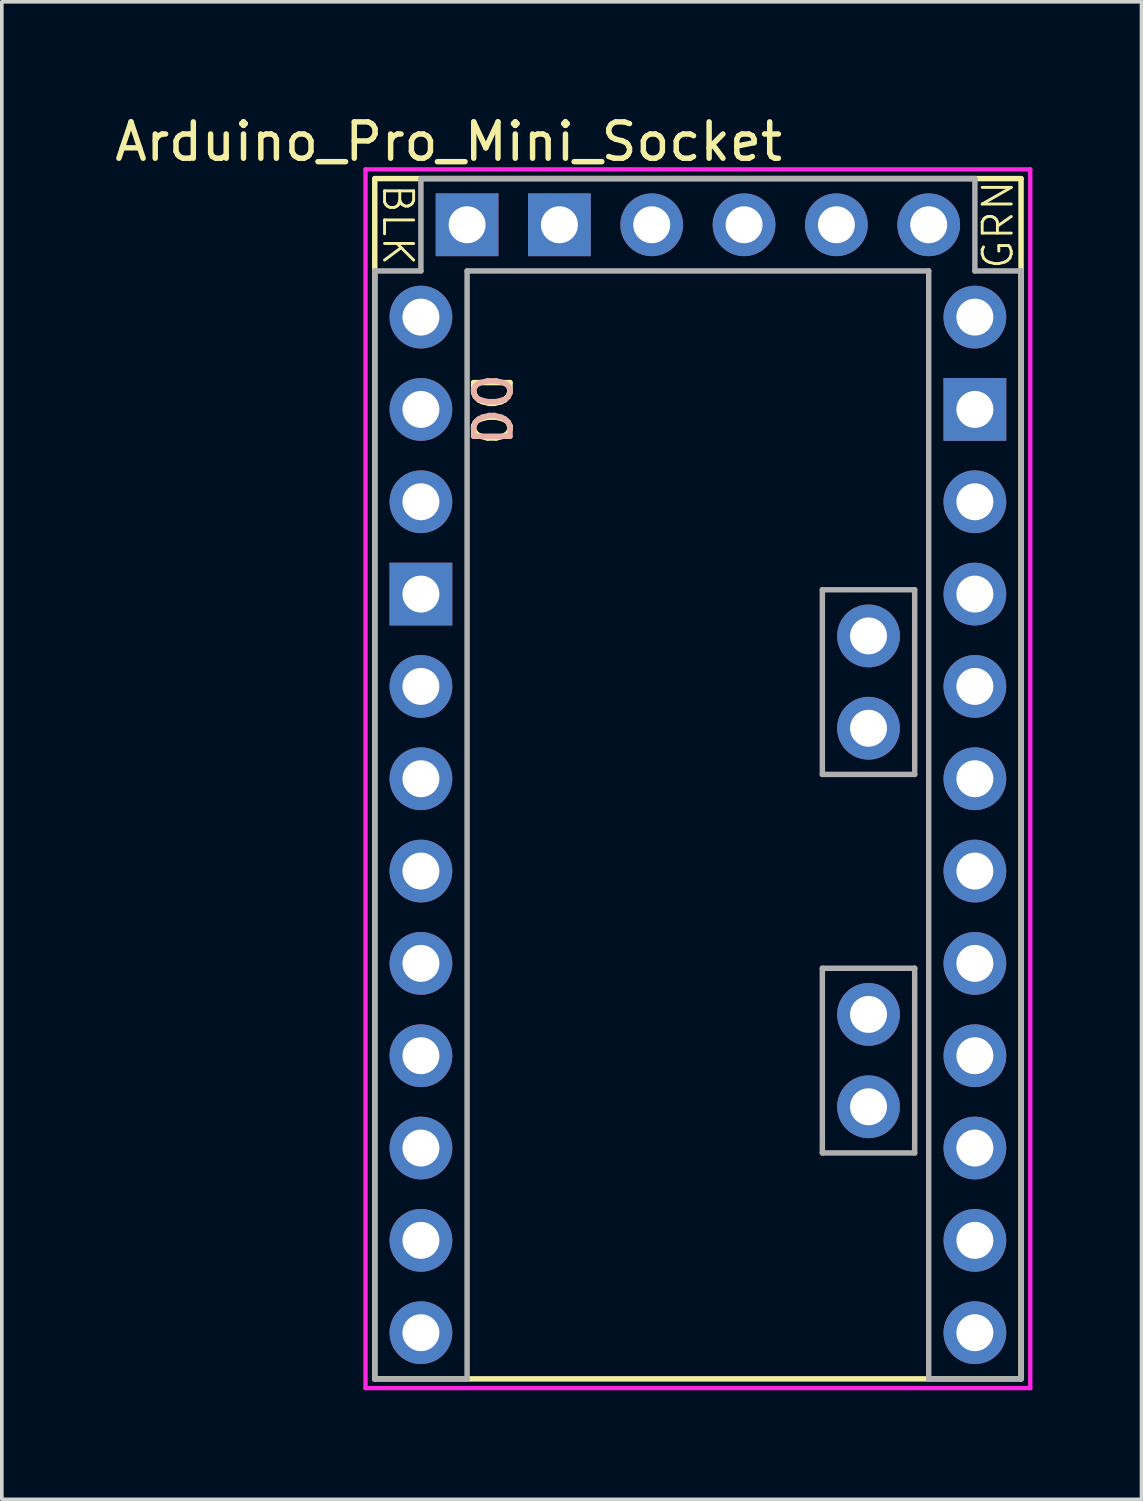
<source format=kicad_pcb>
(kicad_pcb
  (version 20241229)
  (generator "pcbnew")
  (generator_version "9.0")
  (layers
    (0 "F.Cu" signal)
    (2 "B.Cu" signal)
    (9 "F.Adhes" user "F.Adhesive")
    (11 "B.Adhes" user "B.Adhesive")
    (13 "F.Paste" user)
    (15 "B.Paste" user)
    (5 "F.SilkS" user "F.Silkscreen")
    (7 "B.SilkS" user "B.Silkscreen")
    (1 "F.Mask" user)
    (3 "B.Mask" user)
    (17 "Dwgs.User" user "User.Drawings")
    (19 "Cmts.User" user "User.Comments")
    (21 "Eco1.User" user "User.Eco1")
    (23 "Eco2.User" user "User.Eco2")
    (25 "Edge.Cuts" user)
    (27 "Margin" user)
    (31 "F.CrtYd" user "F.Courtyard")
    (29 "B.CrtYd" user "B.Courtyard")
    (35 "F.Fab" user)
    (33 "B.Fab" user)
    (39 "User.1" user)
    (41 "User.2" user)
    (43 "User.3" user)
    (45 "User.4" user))
  (footprint "Arduino_Pro_Mini_Socket"
    (layer "F.Cu")
    (at 16.15 18.374)
    (property "Reference" "Arduino_Pro_Mini_Socket" (at -6.858 -17.526 0) (layer "F.SilkS") (effects (font (size 1 1) (thickness 0.15))))
    (attr through_hole)
    (fp_line (start -8.89 -16.51) (end -8.89 16.51) (stroke (width 0.15) (type solid)) (layer "F.SilkS"))
    (fp_line (start 8.89 -16.51) (end -8.89 -16.51) (stroke (width 0.15) (type solid)) (layer "F.SilkS"))
    (fp_line (start 8.89 -16.51) (end 8.89 16.51) (stroke (width 0.15) (type solid)) (layer "F.SilkS"))
    (fp_line (start 8.89 16.51) (end -8.89 16.51) (stroke (width 0.15) (type solid)) (layer "F.SilkS"))
    (fp_line (start -9.144 -16.764) (end 9.144 -16.764) (stroke (width 0.12) (type solid)) (layer "F.CrtYd"))
    (fp_line (start -9.144 16.764) (end -9.144 -16.764) (stroke (width 0.12) (type solid)) (layer "F.CrtYd"))
    (fp_line (start 9.144 -16.764) (end 9.144 16.764) (stroke (width 0.12) (type solid)) (layer "F.CrtYd"))
    (fp_line (start 9.144 16.764) (end -9.144 16.764) (stroke (width 0.12) (type solid)) (layer "F.CrtYd"))
    (fp_line (start -8.89 -13.97) (end -8.89 16.51) (stroke (width 0.15) (type solid)) (layer "F.Fab"))
    (fp_line (start -8.89 -13.97) (end -7.62 -13.97) (stroke (width 0.15) (type solid)) (layer "F.Fab"))
    (fp_line (start -8.89 16.51) (end -6.35 16.51) (stroke (width 0.15) (type solid)) (layer "F.Fab"))
    (fp_line (start -7.62 -16.51) (end -7.62 -13.97) (stroke (width 0.15) (type solid)) (layer "F.Fab"))
    (fp_line (start -7.62 -16.51) (end 7.62 -16.51) (stroke (width 0.15) (type solid)) (layer "F.Fab"))
    (fp_line (start -6.35 -13.97) (end -6.35 16.51) (stroke (width 0.15) (type solid)) (layer "F.Fab"))
    (fp_line (start -6.35 -13.97) (end 6.35 -13.97) (stroke (width 0.15) (type solid)) (layer "F.Fab"))
    (fp_line (start 3.424 -5.199) (end 3.424 -0.119) (stroke (width 0.15) (type solid)) (layer "F.Fab"))
    (fp_line (start 3.424 -0.119) (end 5.964 -0.119) (stroke (width 0.15) (type solid)) (layer "F.Fab"))
    (fp_line (start 3.424 5.214) (end 3.424 10.295) (stroke (width 0.15) (type solid)) (layer "F.Fab"))
    (fp_line (start 5.964 -5.199) (end 3.424 -5.199) (stroke (width 0.15) (type solid)) (layer "F.Fab"))
    (fp_line (start 5.964 -5.199) (end 5.964 -0.119) (stroke (width 0.15) (type solid)) (layer "F.Fab"))
    (fp_line (start 5.964 5.214) (end 3.424 5.214) (stroke (width 0.15) (type solid)) (layer "F.Fab"))
    (fp_line (start 5.964 5.214) (end 5.964 10.295) (stroke (width 0.15) (type solid)) (layer "F.Fab"))
    (fp_line (start 5.964 10.295) (end 3.424 10.295) (stroke (width 0.15) (type solid)) (layer "F.Fab"))
    (fp_line (start 6.35 -13.97) (end 6.35 16.51) (stroke (width 0.15) (type solid)) (layer "F.Fab"))
    (fp_line (start 6.35 16.51) (end 8.89 16.51) (stroke (width 0.15) (type solid)) (layer "F.Fab"))
    (fp_line (start 7.62 -16.51) (end 7.62 -13.97) (stroke (width 0.15) (type solid)) (layer "F.Fab"))
    (fp_line (start 7.62 -13.97) (end 8.89 -13.97) (stroke (width 0.15) (type solid)) (layer "F.Fab"))
    (fp_line (start 8.89 -13.97) (end 8.89 16.51) (stroke (width 0.15) (type solid)) (layer "F.Fab"))
    (fp_text user "BLK" (at -8.255 -15.24 270) (unlocked yes) (layer "F.SilkS") (effects (font (size 0.8 0.8) (thickness 0.08))))
    (fp_text user "GRN" (at 8.255 -15.24 90) (layer "F.SilkS") (effects (font (size 0.8 0.8) (thickness 0.08))))
    (fp_text user "D0" (at -5.715 -10.16 270) (unlocked yes) (layer "F.SilkS") (effects (font (size 1 1) (thickness 0.15))))
    (fp_text user "D0" (at -5.715 -10.16 270) (unlocked yes) (layer "B.SilkS") (effects (font (size 1 1) (thickness 0.15)) (justify mirror)))
    (pad "A0" thru_hole circle (at 7.62 5.08) (size 1.727 1.727) (drill 1.016) (layers "*.Cu" "*.Mask"))
    (pad "A1" thru_hole circle (at 7.62 2.54) (size 1.727 1.727) (drill 1.016) (layers "*.Cu" "*.Mask"))
    (pad "A2" thru_hole circle (at 7.62 0) (size 1.727 1.727) (drill 1.016) (layers "*.Cu" "*.Mask"))
    (pad "A3" thru_hole circle (at 7.62 -2.54) (size 1.727 1.727) (drill 1.016) (layers "*.Cu" "*.Mask"))
    (pad "A4" thru_hole circle (at 4.694 -1.389) (size 1.727 1.727) (drill 1.016) (layers "*.Cu" "*.Mask"))
    (pad "A5" thru_hole circle (at 4.694 -3.929) (size 1.727 1.727) (drill 1.016) (layers "*.Cu" "*.Mask"))
    (pad "A6" thru_hole circle (at 4.694 9.025) (size 1.727 1.727) (drill 1.016) (layers "*.Cu" "*.Mask"))
    (pad "A7" thru_hole circle (at 4.694 6.484) (size 1.727 1.727) (drill 1.016) (layers "*.Cu" "*.Mask"))
    (pad "D0" thru_hole circle (at -7.62 -10.16) (size 1.727 1.727) (drill 1.016) (layers "*.Cu" "*.Mask"))
    (pad "D1" thru_hole circle (at -7.62 -12.7) (size 1.727 1.727) (drill 1.016) (layers "*.Cu" "*.Mask"))
    (pad "D2" thru_hole circle (at -7.62 -2.54) (size 1.727 1.727) (drill 1.016) (layers "*.Cu" "*.Mask"))
    (pad "D3" thru_hole circle (at -7.62 0) (size 1.727 1.727) (drill 1.016) (layers "*.Cu" "*.Mask"))
    (pad "D4" thru_hole circle (at -7.62 2.54) (size 1.727 1.727) (drill 1.016) (layers "*.Cu" "*.Mask"))
    (pad "D5" thru_hole circle (at -7.62 5.08) (size 1.727 1.727) (drill 1.016) (layers "*.Cu" "*.Mask"))
    (pad "D6" thru_hole circle (at -7.62 7.62) (size 1.727 1.727) (drill 1.016) (layers "*.Cu" "*.Mask"))
    (pad "D7" thru_hole circle (at -7.62 10.16) (size 1.727 1.727) (drill 1.016) (layers "*.Cu" "*.Mask"))
    (pad "D8" thru_hole circle (at -7.62 12.7) (size 1.727 1.727) (drill 1.016) (layers "*.Cu" "*.Mask"))
    (pad "D9" thru_hole circle (at -7.62 15.24) (size 1.727 1.727) (drill 1.016) (layers "*.Cu" "*.Mask"))
    (pad "D10" thru_hole circle (at 7.62 15.24) (size 1.727 1.727) (drill 1.016) (layers "*.Cu" "*.Mask"))
    (pad "D11" thru_hole circle (at 7.62 12.7) (size 1.727 1.727) (drill 1.016) (layers "*.Cu" "*.Mask"))
    (pad "D12" thru_hole circle (at 7.62 10.16) (size 1.727 1.727) (drill 1.016) (layers "*.Cu" "*.Mask"))
    (pad "D13" thru_hole circle (at 7.62 7.62) (size 1.727 1.727) (drill 1.016) (layers "*.Cu" "*.Mask"))
    (pad "DTR" thru_hole circle (at 6.35 -15.24) (size 1.727 1.727) (drill 1.016) (layers "*.Cu" "*.Mask"))
    (pad "GND1" thru_hole rect (at -7.62 -5.08) (size 1.727 1.727) (drill 1.016) (layers "*.Cu" "*.Mask"))
    (pad "GND2" thru_hole rect (at 7.62 -10.16) (size 1.727 1.727) (drill 1.016) (layers "*.Cu" "*.Mask"))
    (pad "GND4" thru_hole rect (at -3.81 -15.24) (size 1.727 1.727) (drill 1.016) (layers "*.Cu" "*.Mask"))
    (pad "GND5" thru_hole rect (at -6.35 -15.24) (size 1.727 1.727) (drill 1.016) (layers "*.Cu" "*.Mask"))
    (pad "RAW" thru_hole circle (at 7.62 -12.7) (size 1.727 1.727) (drill 1.016) (layers "*.Cu" "*.Mask"))
    (pad "RST1" thru_hole circle (at -7.62 -7.62) (size 1.727 1.727) (drill 1.016) (layers "*.Cu" "*.Mask"))
    (pad "RST2" thru_hole circle (at 7.62 -7.62) (size 1.727 1.727) (drill 1.016) (layers "*.Cu" "*.Mask"))
    (pad "RXI" thru_hole circle (at 1.27 -15.24) (size 1.727 1.727) (drill 1.016) (layers "*.Cu" "*.Mask"))
    (pad "TXO" thru_hole circle (at 3.81 -15.24) (size 1.727 1.727) (drill 1.016) (layers "*.Cu" "*.Mask"))
    (pad "Vcc1" thru_hole circle (at 7.62 -5.08) (size 1.727 1.727) (drill 1.016) (layers "*.Cu" "*.Mask"))
    (pad "Vcc2" thru_hole circle (at -1.27 -15.24) (size 1.727 1.727) (drill 1.016) (layers "*.Cu" "*.Mask")))
  (gr_rect
    (start -3 -3)
    (end 28.354 38.198)
    (stroke (width 0.1) (type default))
    (fill no)
    (layer "Edge.Cuts")))
</source>
